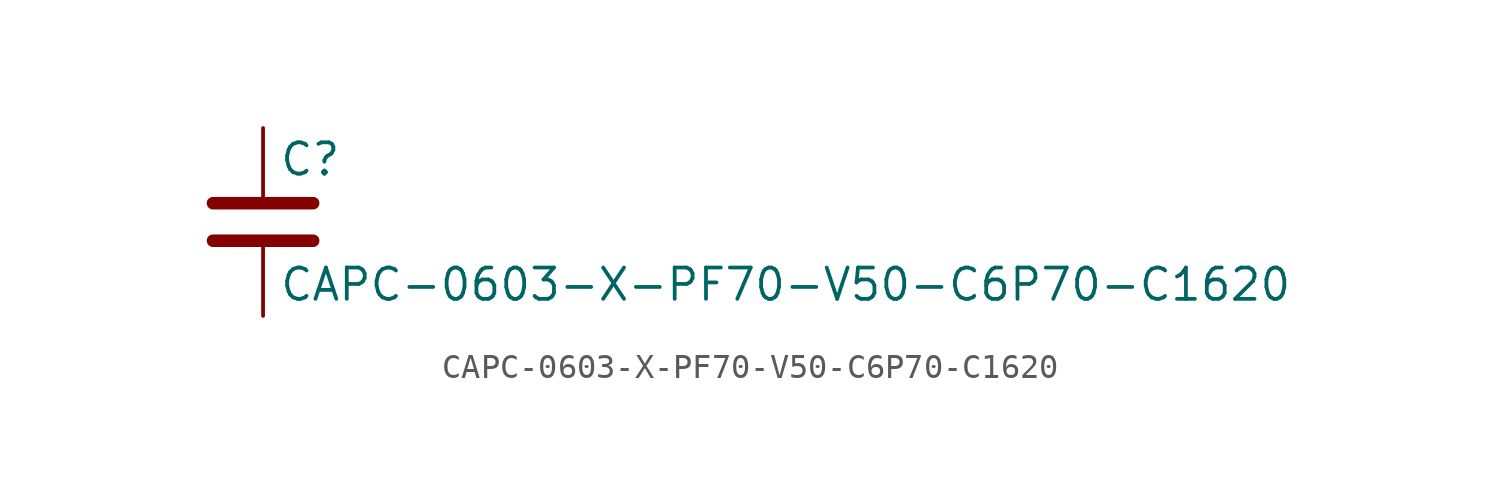
<source format=kicad_sym>
(kicad_symbol_lib
  (version 20211014)
  (generator kicad_symbol_editor)
  (symbol "CAPC-0603-X-PF70-V50-C6P70-C1620"
    (pin_numbers hide)
    (pin_names
      (offset 0.254))
    (property "Reference" "C"
      (at 0.635 2.54 0)
      (effects (font (size 1.27 1.27)) (justify left)))
    (property "Value" "CAPC-0603-X-PF70-V50-C6P70-C1620"
      (at 0.635 -2.54 0)
      (effects (font (size 1.27 1.27)) (justify left)))
    (symbol "CAPC-0603-X-PF70-V50-C6P70-C1620_0_1"
      (polyline (pts (xy -2.032 -0.762) (xy 2.032 -0.762)) (stroke (width 0.508) (type default) (color 0 0 0 0)) (fill (type none)))
      (polyline (pts (xy -2.032 0.762) (xy 2.032 0.762)) (stroke (width 0.508) (type default) (color 0 0 0 0)) (fill (type none))))
    (symbol "CAPC-0603-X-PF70-V50-C6P70-C1620_1_1"
      (pin passive line (at 0 3.81 270) (length 2.794) (name "~" (effects (font (size 1.27 1.27)))) (number "1" (effects (font (size 1.27 1.27)))))
      (pin passive line (at 0 -3.81 90) (length 2.794) (name "~" (effects (font (size 1.27 1.27)))) (number "2" (effects (font (size 1.27 1.27))))))))
</source>
